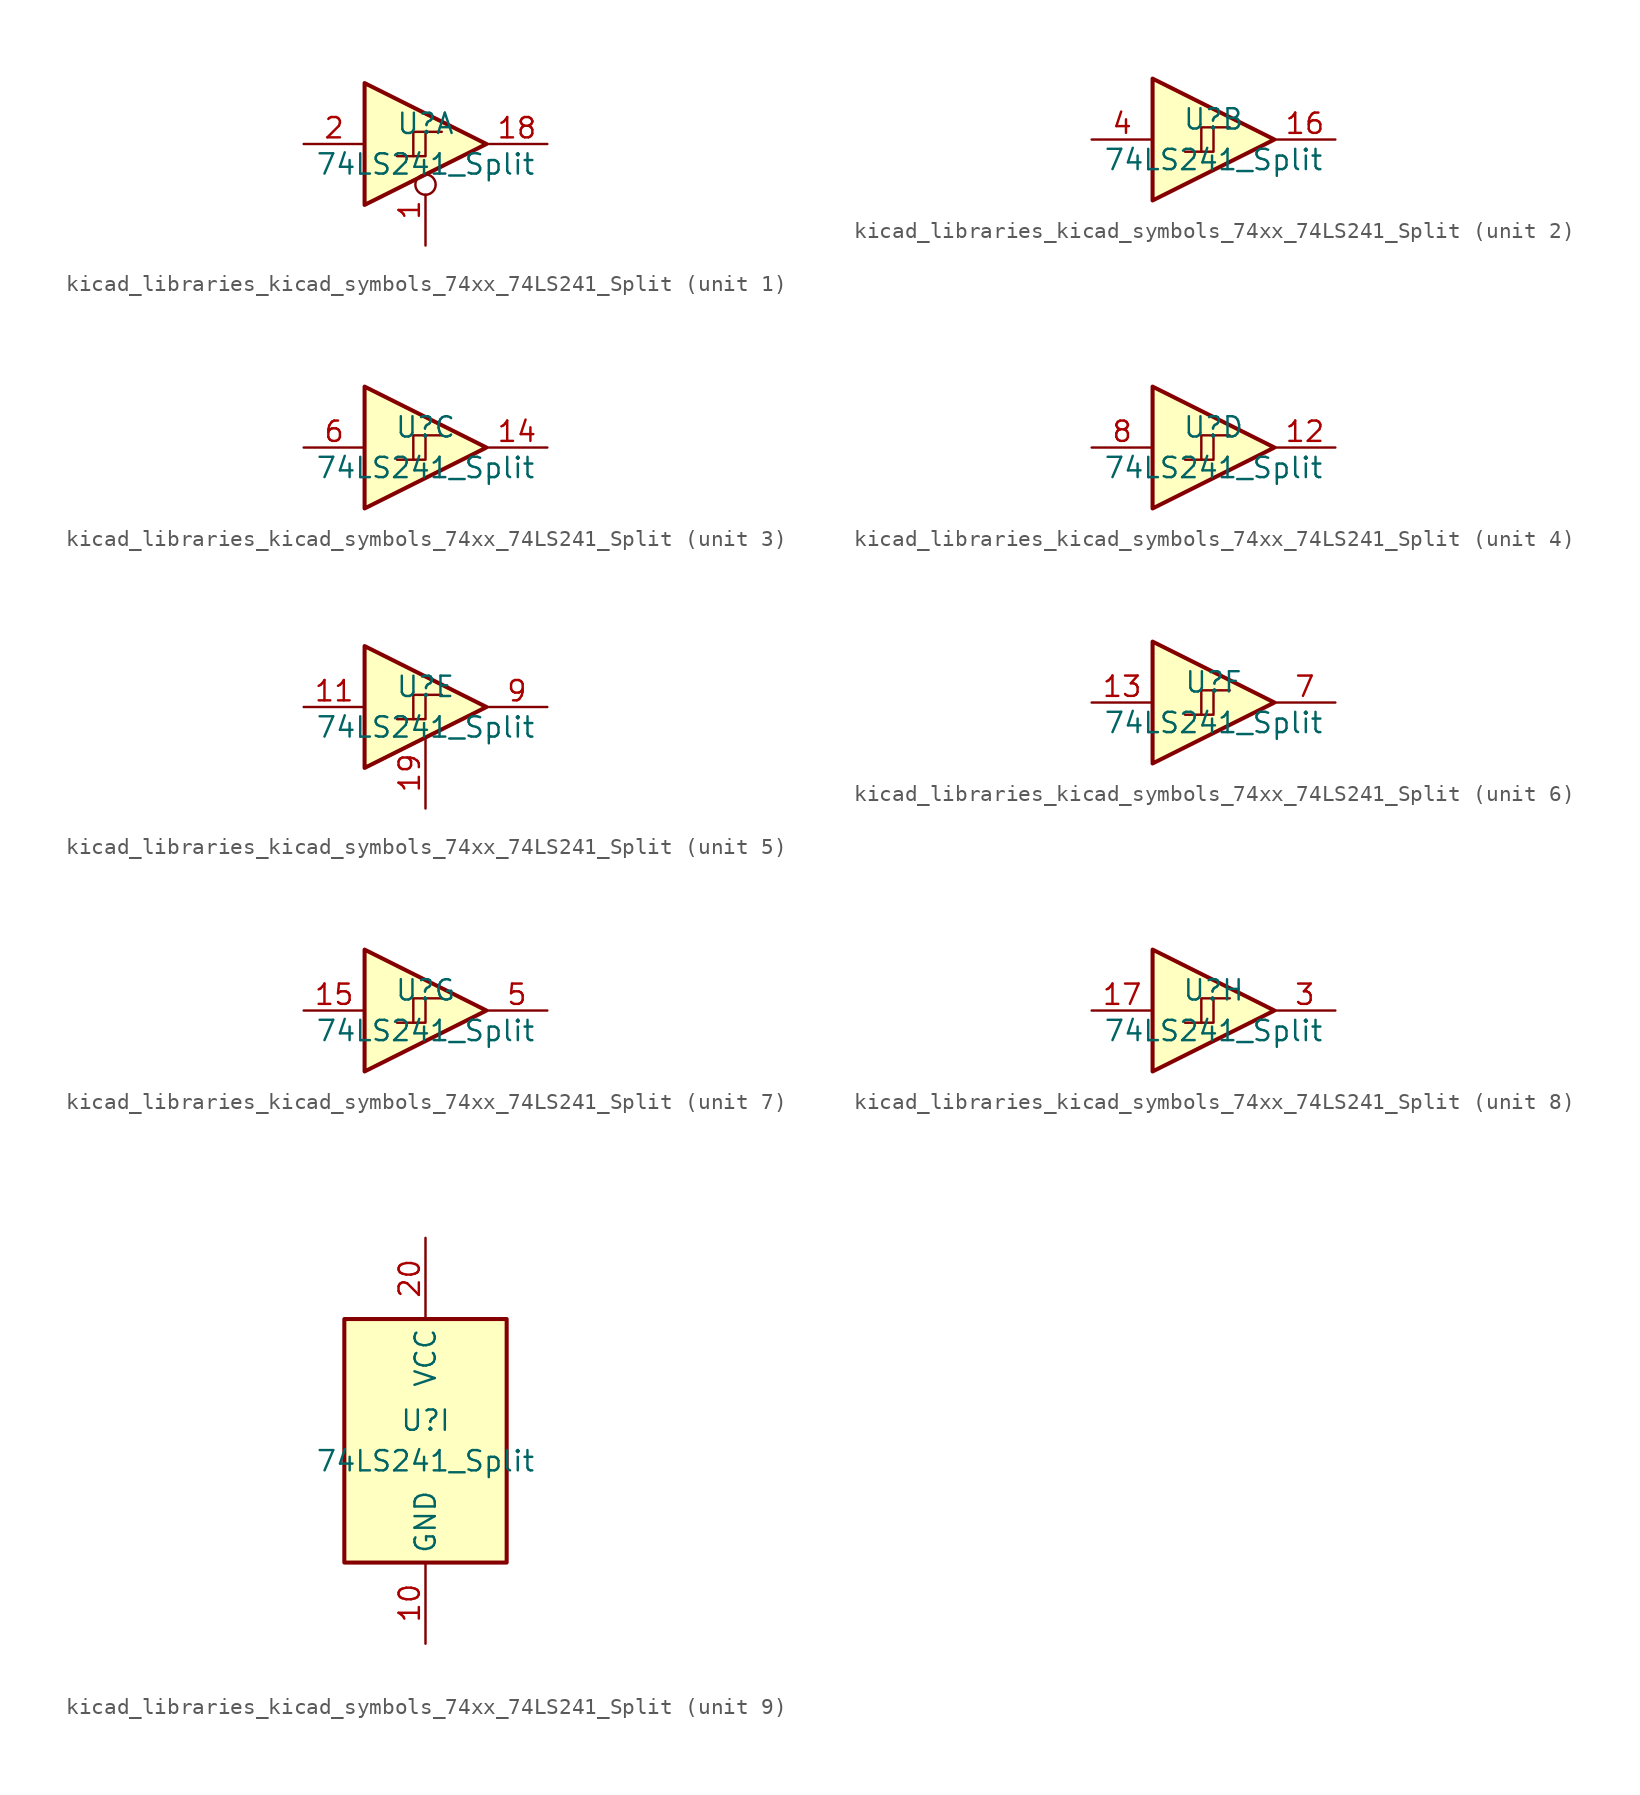
<source format=kicad_sym>
(kicad_symbol_lib
  (version 20220914)
  (generator kicad_symbol_editor)
  (symbol "kicad_libraries_kicad_symbols_74xx_74LS241_Split"
    (property "Reference" "U"
      (at 0 1.27 0)
      (effects (font (size 1.27 1.27))))
    (property "Value" "74LS241_Split"
      (at 0 -1.27 0)
      (effects (font (size 1.27 1.27))))
    (property "ki_locked" ""
      (at 0 0 0)
      (effects (font (size 1.27 1.27))))
    (symbol "kicad_libraries_kicad_symbols_74xx_74LS241_Split_1_0"
      (polyline (pts (xy -3.81 3.81) (xy -3.81 -3.81) (xy 3.81 0) (xy -3.81 3.81)) (stroke (width 0.254) (type default)) (fill (type background)))
      (pin input inverted (at 0 -6.35 90) (length 4.445) (name "~" (effects (font (size 1.27 1.27)))) (number "1" (effects (font (size 1.27 1.27)))))
      (pin tri_state line (at 7.62 0 180) (length 3.81) (name "~" (effects (font (size 1.27 1.27)))) (number "18" (effects (font (size 1.27 1.27)))))
      (pin input line (at -7.62 0 0) (length 3.81) (name "~" (effects (font (size 1.27 1.27)))) (number "2" (effects (font (size 1.27 1.27))))))
    (symbol "kicad_libraries_kicad_symbols_74xx_74LS241_Split_1_1"
      (polyline (pts (xy 0 0.762) (xy 0 -0.762) (xy -1.778 -0.762)) (stroke (width 0) (type default)) (fill (type none)))
      (polyline (pts (xy 1.016 0.762) (xy -0.762 0.762) (xy -0.762 -0.762)) (stroke (width 0) (type default)) (fill (type none))))
    (symbol "kicad_libraries_kicad_symbols_74xx_74LS241_Split_2_0"
      (polyline (pts (xy -3.81 3.81) (xy -3.81 -3.81) (xy 3.81 0) (xy -3.81 3.81)) (stroke (width 0.254) (type default)) (fill (type background)))
      (pin tri_state line (at 7.62 0 180) (length 3.81) (name "~" (effects (font (size 1.27 1.27)))) (number "16" (effects (font (size 1.27 1.27)))))
      (pin input line (at -7.62 0 0) (length 3.81) (name "~" (effects (font (size 1.27 1.27)))) (number "4" (effects (font (size 1.27 1.27))))))
    (symbol "kicad_libraries_kicad_symbols_74xx_74LS241_Split_2_1"
      (polyline (pts (xy 0 0.762) (xy 0 -0.762) (xy -1.778 -0.762)) (stroke (width 0) (type default)) (fill (type none)))
      (polyline (pts (xy 1.016 0.762) (xy -0.762 0.762) (xy -0.762 -0.762)) (stroke (width 0) (type default)) (fill (type none))))
    (symbol "kicad_libraries_kicad_symbols_74xx_74LS241_Split_3_0"
      (polyline (pts (xy -3.81 3.81) (xy -3.81 -3.81) (xy 3.81 0) (xy -3.81 3.81)) (stroke (width 0.254) (type default)) (fill (type background)))
      (pin tri_state line (at 7.62 0 180) (length 3.81) (name "~" (effects (font (size 1.27 1.27)))) (number "14" (effects (font (size 1.27 1.27)))))
      (pin input line (at -7.62 0 0) (length 3.81) (name "~" (effects (font (size 1.27 1.27)))) (number "6" (effects (font (size 1.27 1.27))))))
    (symbol "kicad_libraries_kicad_symbols_74xx_74LS241_Split_3_1"
      (polyline (pts (xy 0 0.762) (xy 0 -0.762) (xy -1.778 -0.762)) (stroke (width 0) (type default)) (fill (type none)))
      (polyline (pts (xy 1.016 0.762) (xy -0.762 0.762) (xy -0.762 -0.762)) (stroke (width 0) (type default)) (fill (type none))))
    (symbol "kicad_libraries_kicad_symbols_74xx_74LS241_Split_4_0"
      (polyline (pts (xy -3.81 3.81) (xy -3.81 -3.81) (xy 3.81 0) (xy -3.81 3.81)) (stroke (width 0.254) (type default)) (fill (type background)))
      (pin tri_state line (at 7.62 0 180) (length 3.81) (name "~" (effects (font (size 1.27 1.27)))) (number "12" (effects (font (size 1.27 1.27)))))
      (pin input line (at -7.62 0 0) (length 3.81) (name "~" (effects (font (size 1.27 1.27)))) (number "8" (effects (font (size 1.27 1.27))))))
    (symbol "kicad_libraries_kicad_symbols_74xx_74LS241_Split_4_1"
      (polyline (pts (xy 0 0.762) (xy 0 -0.762) (xy -1.778 -0.762)) (stroke (width 0) (type default)) (fill (type none)))
      (polyline (pts (xy 1.016 0.762) (xy -0.762 0.762) (xy -0.762 -0.762)) (stroke (width 0) (type default)) (fill (type none))))
    (symbol "kicad_libraries_kicad_symbols_74xx_74LS241_Split_5_0"
      (polyline (pts (xy -3.81 3.81) (xy -3.81 -3.81) (xy 3.81 0) (xy -3.81 3.81)) (stroke (width 0.254) (type default)) (fill (type background)))
      (pin input line (at -7.62 0 0) (length 3.81) (name "~" (effects (font (size 1.27 1.27)))) (number "11" (effects (font (size 1.27 1.27)))))
      (pin input line (at 0 -6.35 90) (length 4.445) (name "~" (effects (font (size 1.27 1.27)))) (number "19" (effects (font (size 1.27 1.27)))))
      (pin tri_state line (at 7.62 0 180) (length 3.81) (name "~" (effects (font (size 1.27 1.27)))) (number "9" (effects (font (size 1.27 1.27))))))
    (symbol "kicad_libraries_kicad_symbols_74xx_74LS241_Split_5_1"
      (polyline (pts (xy 0 0.762) (xy 0 -0.762) (xy -1.778 -0.762)) (stroke (width 0) (type default)) (fill (type none)))
      (polyline (pts (xy 1.016 0.762) (xy -0.762 0.762) (xy -0.762 -0.762)) (stroke (width 0) (type default)) (fill (type none))))
    (symbol "kicad_libraries_kicad_symbols_74xx_74LS241_Split_6_0"
      (polyline (pts (xy -3.81 3.81) (xy -3.81 -3.81) (xy 3.81 0) (xy -3.81 3.81)) (stroke (width 0.254) (type default)) (fill (type background)))
      (pin input line (at -7.62 0 0) (length 3.81) (name "~" (effects (font (size 1.27 1.27)))) (number "13" (effects (font (size 1.27 1.27)))))
      (pin tri_state line (at 7.62 0 180) (length 3.81) (name "~" (effects (font (size 1.27 1.27)))) (number "7" (effects (font (size 1.27 1.27))))))
    (symbol "kicad_libraries_kicad_symbols_74xx_74LS241_Split_6_1"
      (polyline (pts (xy 0 0.762) (xy 0 -0.762) (xy -1.778 -0.762)) (stroke (width 0) (type default)) (fill (type none)))
      (polyline (pts (xy 1.016 0.762) (xy -0.762 0.762) (xy -0.762 -0.762)) (stroke (width 0) (type default)) (fill (type none))))
    (symbol "kicad_libraries_kicad_symbols_74xx_74LS241_Split_7_0"
      (polyline (pts (xy -3.81 3.81) (xy -3.81 -3.81) (xy 3.81 0) (xy -3.81 3.81)) (stroke (width 0.254) (type default)) (fill (type background)))
      (pin input line (at -7.62 0 0) (length 3.81) (name "~" (effects (font (size 1.27 1.27)))) (number "15" (effects (font (size 1.27 1.27)))))
      (pin tri_state line (at 7.62 0 180) (length 3.81) (name "~" (effects (font (size 1.27 1.27)))) (number "5" (effects (font (size 1.27 1.27))))))
    (symbol "kicad_libraries_kicad_symbols_74xx_74LS241_Split_7_1"
      (polyline (pts (xy 0 0.762) (xy 0 -0.762) (xy -1.778 -0.762)) (stroke (width 0) (type default)) (fill (type none)))
      (polyline (pts (xy 1.016 0.762) (xy -0.762 0.762) (xy -0.762 -0.762)) (stroke (width 0) (type default)) (fill (type none))))
    (symbol "kicad_libraries_kicad_symbols_74xx_74LS241_Split_8_0"
      (polyline (pts (xy -3.81 3.81) (xy -3.81 -3.81) (xy 3.81 0) (xy -3.81 3.81)) (stroke (width 0.254) (type default)) (fill (type background)))
      (pin input line (at -7.62 0 0) (length 3.81) (name "~" (effects (font (size 1.27 1.27)))) (number "17" (effects (font (size 1.27 1.27)))))
      (pin tri_state line (at 7.62 0 180) (length 3.81) (name "~" (effects (font (size 1.27 1.27)))) (number "3" (effects (font (size 1.27 1.27))))))
    (symbol "kicad_libraries_kicad_symbols_74xx_74LS241_Split_8_1"
      (polyline (pts (xy 0 0.762) (xy 0 -0.762) (xy -1.778 -0.762)) (stroke (width 0) (type default)) (fill (type none)))
      (polyline (pts (xy 1.016 0.762) (xy -0.762 0.762) (xy -0.762 -0.762)) (stroke (width 0) (type default)) (fill (type none))))
    (symbol "kicad_libraries_kicad_symbols_74xx_74LS241_Split_9_0"
      (pin power_in line (at 0 -12.7 90) (length 5.08) (name "GND" (effects (font (size 1.27 1.27)))) (number "10" (effects (font (size 1.27 1.27)))))
      (pin power_in line (at 0 12.7 270) (length 5.08) (name "VCC" (effects (font (size 1.27 1.27)))) (number "20" (effects (font (size 1.27 1.27))))))
    (symbol "kicad_libraries_kicad_symbols_74xx_74LS241_Split_9_1"
      (rectangle (start -5.08 7.62) (end 5.08 -7.62) (stroke (width 0.254) (type default)) (fill (type background))))))
</source>
